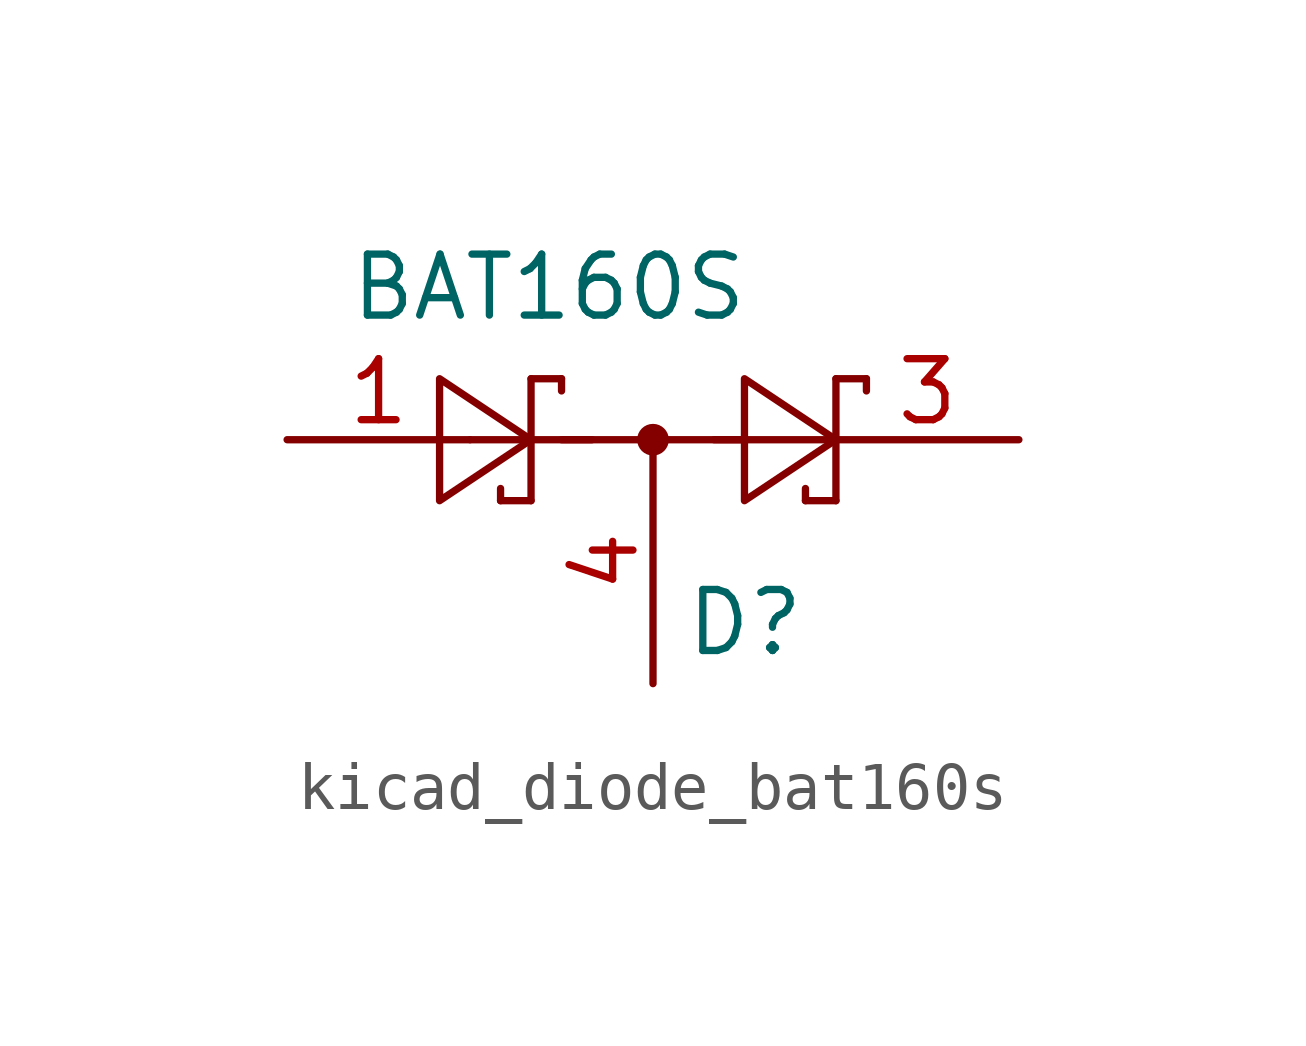
<source format=kicad_sym>
(kicad_symbol_lib
  (version 20220914)
  (generator kicad_symbol_editor)
  (symbol "kicad_diode_bat160s"
    (property "Reference" "D"
      (at 0.635 -3.81 0)
      (effects (font (size 1.27 1.27)) (justify left)))
    (property "Value" "BAT160S"
      (at -6.35 3.175 0)
      (effects (font (size 1.27 1.27)) (justify left)))
    (symbol "kicad_diode_bat160s_0_1"
      (polyline (pts (xy -3.81 0) (xy -1.27 0)) (stroke (width 0) (type default)) (fill (type none)))
      (polyline (pts (xy -3.175 -1.27) (xy -3.175 -1.016)) (stroke (width 0) (type default)) (fill (type none)))
      (polyline (pts (xy -2.54 -1.27) (xy -3.175 -1.27)) (stroke (width 0) (type default)) (fill (type none)))
      (polyline (pts (xy -2.54 -1.27) (xy -2.54 1.27)) (stroke (width 0) (type default)) (fill (type none)))
      (polyline (pts (xy -2.54 1.27) (xy -1.905 1.27)) (stroke (width 0) (type default)) (fill (type none)))
      (polyline (pts (xy -1.905 0) (xy 1.905 0)) (stroke (width 0) (type default)) (fill (type none)))
      (polyline (pts (xy -1.905 1.27) (xy -1.905 1.016)) (stroke (width 0) (type default)) (fill (type none)))
      (polyline (pts (xy 1.27 0) (xy 3.81 0)) (stroke (width 0) (type default)) (fill (type none)))
      (polyline (pts (xy 3.175 -1.27) (xy 3.175 -1.016)) (stroke (width 0) (type default)) (fill (type none)))
      (polyline (pts (xy 3.81 -1.27) (xy 3.175 -1.27)) (stroke (width 0) (type default)) (fill (type none)))
      (polyline (pts (xy 3.81 -1.27) (xy 3.81 1.27)) (stroke (width 0) (type default)) (fill (type none)))
      (polyline (pts (xy 3.81 1.27) (xy 4.445 1.27)) (stroke (width 0) (type default)) (fill (type none)))
      (polyline (pts (xy 4.445 1.27) (xy 4.445 1.016)) (stroke (width 0) (type default)) (fill (type none)))
      (polyline (pts (xy -4.445 1.27) (xy -4.445 -1.27) (xy -2.54 0) (xy -4.445 1.27)) (stroke (width 0) (type default)) (fill (type none)))
      (polyline (pts (xy 1.905 1.27) (xy 1.905 -1.27) (xy 3.81 0) (xy 1.905 1.27)) (stroke (width 0) (type default)) (fill (type none)))
      (circle (center 0 0) (radius 0.254) (stroke (width 0) (type default)) (fill (type outline))))
    (symbol "kicad_diode_bat160s_1_1"
      (pin passive line (at -7.62 0 0) (length 3.81) (name "~" (effects (font (size 1.27 1.27)))) (number "1" (effects (font (size 1.27 1.27)))))
      (pin no_connect line (at 0 0 270) (length 2.54) hide (name "NC" (effects (font (size 1.27 1.27)))) (number "2" (effects (font (size 1.27 1.27)))))
      (pin passive line (at 7.62 0 180) (length 3.81) (name "~" (effects (font (size 1.27 1.27)))) (number "3" (effects (font (size 1.27 1.27)))))
      (pin passive line (at 0 -5.08 90) (length 5.08) (name "~" (effects (font (size 1.27 1.27)))) (number "4" (effects (font (size 1.27 1.27))))))))
</source>
